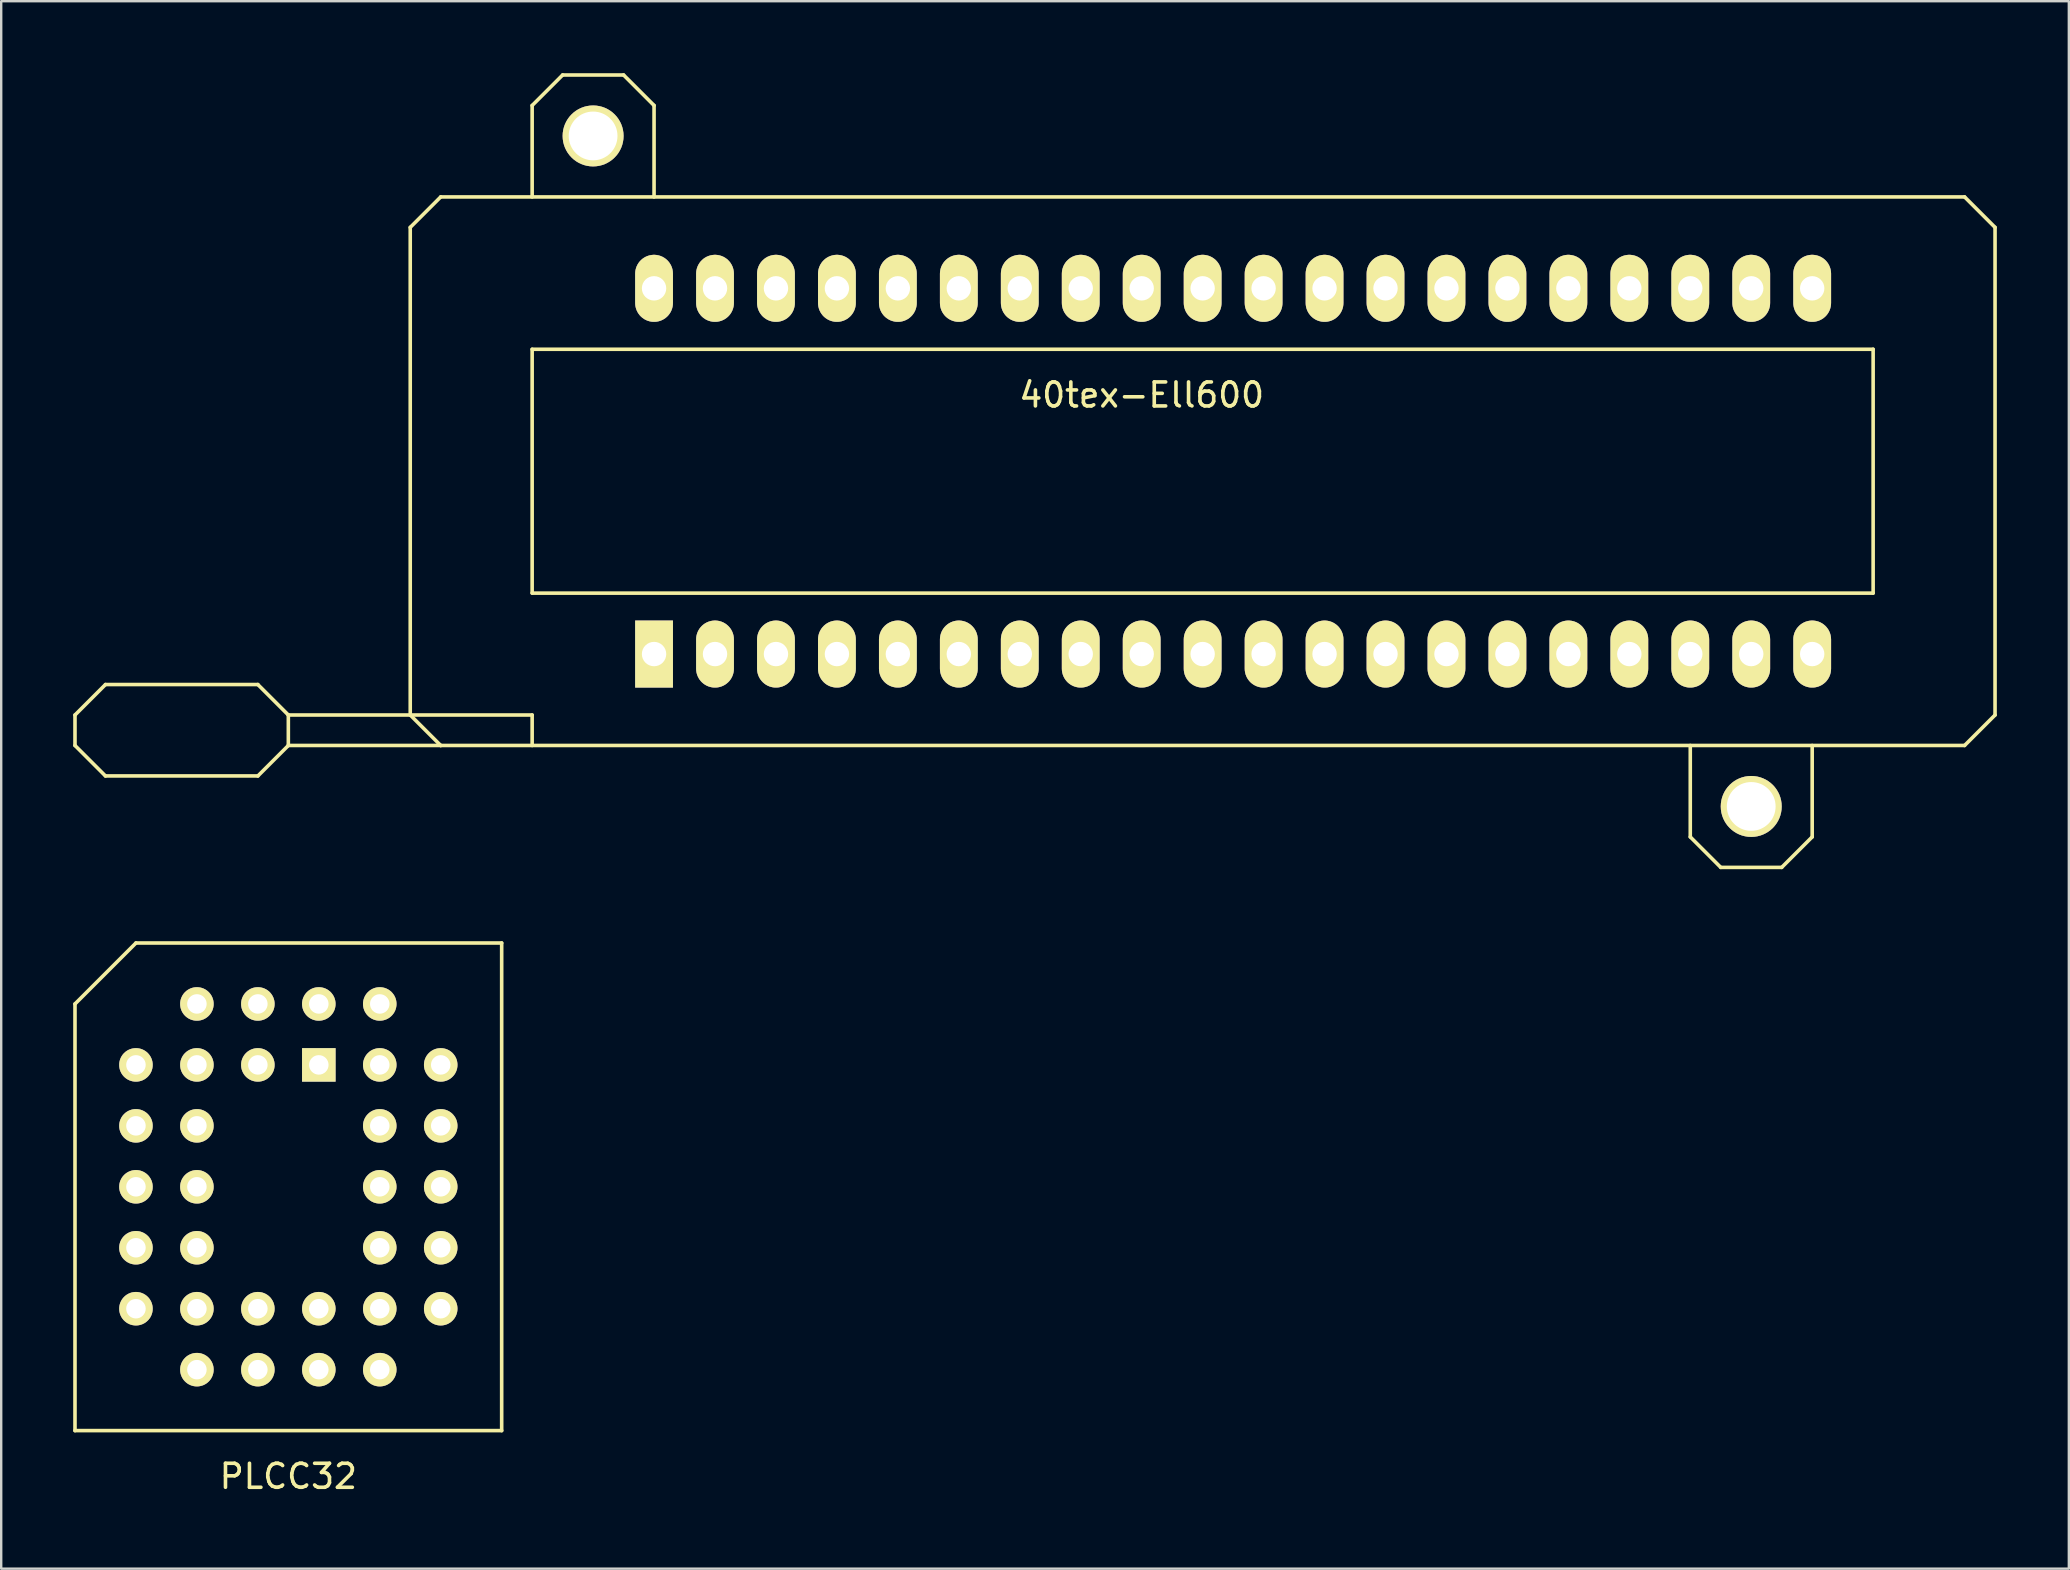
<source format=kicad_pcb>
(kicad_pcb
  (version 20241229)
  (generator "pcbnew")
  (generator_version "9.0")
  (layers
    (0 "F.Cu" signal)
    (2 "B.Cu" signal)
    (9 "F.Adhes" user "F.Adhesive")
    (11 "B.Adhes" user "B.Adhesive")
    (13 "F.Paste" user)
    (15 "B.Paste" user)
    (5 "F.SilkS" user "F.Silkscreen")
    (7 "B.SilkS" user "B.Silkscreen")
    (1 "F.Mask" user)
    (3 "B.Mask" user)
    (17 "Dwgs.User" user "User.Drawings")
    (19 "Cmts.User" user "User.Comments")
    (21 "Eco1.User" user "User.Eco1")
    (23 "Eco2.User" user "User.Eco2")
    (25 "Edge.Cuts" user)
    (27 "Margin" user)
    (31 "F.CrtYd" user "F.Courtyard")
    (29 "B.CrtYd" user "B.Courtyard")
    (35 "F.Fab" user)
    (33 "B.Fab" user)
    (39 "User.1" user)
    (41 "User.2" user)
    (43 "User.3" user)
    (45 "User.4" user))
  (footprint "40tex-Ell600"
    (layer "F.Cu")
    (at 48.335 16.585)
    (property "Reference" "40tex-Ell600" (at -3.81 -3.175 0) (layer "F.SilkS") (effects (font (size 1 1) (thickness 0.15))))
    (attr through_hole)
    (fp_line (start -48.26 10.16) (end -48.26 11.43) (stroke (width 0.15) (type solid)) (layer "F.SilkS"))
    (fp_line (start -48.26 11.43) (end -46.99 12.7) (stroke (width 0.15) (type solid)) (layer "F.SilkS"))
    (fp_line (start -46.99 8.89) (end -48.26 10.16) (stroke (width 0.15) (type solid)) (layer "F.SilkS"))
    (fp_line (start -46.99 12.7) (end -40.64 12.7) (stroke (width 0.15) (type solid)) (layer "F.SilkS"))
    (fp_line (start -40.64 8.89) (end -46.99 8.89) (stroke (width 0.15) (type solid)) (layer "F.SilkS"))
    (fp_line (start -40.64 12.7) (end -39.37 11.43) (stroke (width 0.15) (type solid)) (layer "F.SilkS"))
    (fp_line (start -39.37 10.16) (end -40.64 8.89) (stroke (width 0.15) (type solid)) (layer "F.SilkS"))
    (fp_line (start -39.37 10.16) (end -29.21 10.16) (stroke (width 0.15) (type solid)) (layer "F.SilkS"))
    (fp_line (start -39.37 11.43) (end -39.37 10.16) (stroke (width 0.15) (type solid)) (layer "F.SilkS"))
    (fp_line (start -39.37 11.43) (end -33.02 11.43) (stroke (width 0.15) (type solid)) (layer "F.SilkS"))
    (fp_line (start -34.29 -10.16) (end -33.02 -11.43) (stroke (width 0.15) (type solid)) (layer "F.SilkS"))
    (fp_line (start -34.29 10.16) (end -34.29 -10.16) (stroke (width 0.15) (type solid)) (layer "F.SilkS"))
    (fp_line (start -33.02 -11.43) (end 30.48 -11.43) (stroke (width 0.15) (type solid)) (layer "F.SilkS"))
    (fp_line (start -33.02 11.43) (end -34.29 10.16) (stroke (width 0.15) (type solid)) (layer "F.SilkS"))
    (fp_line (start -29.21 -15.24) (end -29.21 -11.43) (stroke (width 0.15) (type solid)) (layer "F.SilkS"))
    (fp_line (start -29.21 -5.08) (end 26.67 -5.08) (stroke (width 0.15) (type solid)) (layer "F.SilkS"))
    (fp_line (start -29.21 5.08) (end -29.21 -5.08) (stroke (width 0.15) (type solid)) (layer "F.SilkS"))
    (fp_line (start -29.21 10.16) (end -29.21 11.43) (stroke (width 0.15) (type solid)) (layer "F.SilkS"))
    (fp_line (start -27.94 -16.51) (end -29.21 -15.24) (stroke (width 0.15) (type solid)) (layer "F.SilkS"))
    (fp_line (start -25.4 -16.51) (end -27.94 -16.51) (stroke (width 0.15) (type solid)) (layer "F.SilkS"))
    (fp_line (start -24.13 -15.24) (end -25.4 -16.51) (stroke (width 0.15) (type solid)) (layer "F.SilkS"))
    (fp_line (start -24.13 -11.43) (end -24.13 -15.24) (stroke (width 0.15) (type solid)) (layer "F.SilkS"))
    (fp_line (start 19.05 15.24) (end 19.05 11.43) (stroke (width 0.15) (type solid)) (layer "F.SilkS"))
    (fp_line (start 20.32 16.51) (end 19.05 15.24) (stroke (width 0.15) (type solid)) (layer "F.SilkS"))
    (fp_line (start 22.86 16.51) (end 20.32 16.51) (stroke (width 0.15) (type solid)) (layer "F.SilkS"))
    (fp_line (start 24.13 11.43) (end 24.13 15.24) (stroke (width 0.15) (type solid)) (layer "F.SilkS"))
    (fp_line (start 24.13 15.24) (end 22.86 16.51) (stroke (width 0.15) (type solid)) (layer "F.SilkS"))
    (fp_line (start 26.67 -5.08) (end 26.67 5.08) (stroke (width 0.15) (type solid)) (layer "F.SilkS"))
    (fp_line (start 26.67 5.08) (end -29.21 5.08) (stroke (width 0.15) (type solid)) (layer "F.SilkS"))
    (fp_line (start 30.48 -11.43) (end 31.75 -10.16) (stroke (width 0.15) (type solid)) (layer "F.SilkS"))
    (fp_line (start 30.48 11.43) (end -33.02 11.43) (stroke (width 0.15) (type solid)) (layer "F.SilkS"))
    (fp_line (start 31.75 -10.16) (end 31.75 10.16) (stroke (width 0.15) (type solid)) (layer "F.SilkS"))
    (fp_line (start 31.75 10.16) (end 30.48 11.43) (stroke (width 0.15) (type solid)) (layer "F.SilkS"))
    (pad "1" thru_hole rect (at -24.13 7.62) (size 1.575 2.794) (drill 1.016) (layers "*.Cu" "*.Mask" "F.SilkS"))
    (pad "2" thru_hole oval (at -21.59 7.62) (size 1.575 2.794) (drill 1.016) (layers "*.Cu" "*.Mask" "F.SilkS"))
    (pad "3" thru_hole oval (at -19.05 7.62) (size 1.575 2.794) (drill 1.016) (layers "*.Cu" "*.Mask" "F.SilkS"))
    (pad "4" thru_hole oval (at -16.51 7.62) (size 1.575 2.794) (drill 1.016) (layers "*.Cu" "*.Mask" "F.SilkS"))
    (pad "5" thru_hole oval (at -13.97 7.62) (size 1.575 2.794) (drill 1.016) (layers "*.Cu" "*.Mask" "F.SilkS"))
    (pad "6" thru_hole oval (at -11.43 7.62) (size 1.575 2.794) (drill 1.016) (layers "*.Cu" "*.Mask" "F.SilkS"))
    (pad "7" thru_hole oval (at -8.89 7.62) (size 1.575 2.794) (drill 1.016) (layers "*.Cu" "*.Mask" "F.SilkS"))
    (pad "8" thru_hole oval (at -6.35 7.62) (size 1.575 2.794) (drill 1.016) (layers "*.Cu" "*.Mask" "F.SilkS"))
    (pad "9" thru_hole oval (at -3.81 7.62) (size 1.575 2.794) (drill 1.016) (layers "*.Cu" "*.Mask" "F.SilkS"))
    (pad "10" thru_hole oval (at -1.27 7.62) (size 1.575 2.794) (drill 1.016) (layers "*.Cu" "*.Mask" "F.SilkS"))
    (pad "11" thru_hole oval (at 1.27 7.62) (size 1.575 2.794) (drill 1.016) (layers "*.Cu" "*.Mask" "F.SilkS"))
    (pad "12" thru_hole oval (at 3.81 7.62) (size 1.575 2.794) (drill 1.016) (layers "*.Cu" "*.Mask" "F.SilkS"))
    (pad "13" thru_hole oval (at 6.35 7.62) (size 1.575 2.794) (drill 1.016) (layers "*.Cu" "*.Mask" "F.SilkS"))
    (pad "14" thru_hole oval (at 8.89 7.62) (size 1.575 2.794) (drill 1.016) (layers "*.Cu" "*.Mask" "F.SilkS"))
    (pad "15" thru_hole oval (at 11.43 7.62) (size 1.575 2.794) (drill 1.016) (layers "*.Cu" "*.Mask" "F.SilkS"))
    (pad "16" thru_hole oval (at 13.97 7.62) (size 1.575 2.794) (drill 1.016) (layers "*.Cu" "*.Mask" "F.SilkS"))
    (pad "17" thru_hole oval (at 16.51 7.62) (size 1.575 2.794) (drill 1.016) (layers "*.Cu" "*.Mask" "F.SilkS"))
    (pad "18" thru_hole oval (at 19.05 7.62) (size 1.575 2.794) (drill 1.016) (layers "*.Cu" "*.Mask" "F.SilkS"))
    (pad "19" thru_hole oval (at 21.59 7.62) (size 1.575 2.794) (drill 1.016) (layers "*.Cu" "*.Mask" "F.SilkS"))
    (pad "20" thru_hole oval (at 24.13 7.62) (size 1.575 2.794) (drill 1.016) (layers "*.Cu" "*.Mask" "F.SilkS"))
    (pad "21" thru_hole oval (at 24.13 -7.62) (size 1.575 2.794) (drill 1.016) (layers "*.Cu" "*.Mask" "F.SilkS"))
    (pad "22" thru_hole oval (at 21.59 -7.62) (size 1.575 2.794) (drill 1.016) (layers "*.Cu" "*.Mask" "F.SilkS"))
    (pad "23" thru_hole oval (at 19.05 -7.62) (size 1.575 2.794) (drill 1.016) (layers "*.Cu" "*.Mask" "F.SilkS"))
    (pad "24" thru_hole oval (at 16.51 -7.62) (size 1.575 2.794) (drill 1.016) (layers "*.Cu" "*.Mask" "F.SilkS"))
    (pad "25" thru_hole oval (at 13.97 -7.62) (size 1.575 2.794) (drill 1.016) (layers "*.Cu" "*.Mask" "F.SilkS"))
    (pad "26" thru_hole oval (at 11.43 -7.62) (size 1.575 2.794) (drill 1.016) (layers "*.Cu" "*.Mask" "F.SilkS"))
    (pad "27" thru_hole oval (at 8.89 -7.62) (size 1.575 2.794) (drill 1.016) (layers "*.Cu" "*.Mask" "F.SilkS"))
    (pad "28" thru_hole oval (at 6.35 -7.62) (size 1.575 2.794) (drill 1.016) (layers "*.Cu" "*.Mask" "F.SilkS"))
    (pad "29" thru_hole oval (at 3.81 -7.62) (size 1.575 2.794) (drill 1.016) (layers "*.Cu" "*.Mask" "F.SilkS"))
    (pad "30" thru_hole oval (at 1.27 -7.62) (size 1.575 2.794) (drill 1.016) (layers "*.Cu" "*.Mask" "F.SilkS"))
    (pad "31" thru_hole oval (at -1.27 -7.62) (size 1.575 2.794) (drill 1.016) (layers "*.Cu" "*.Mask" "F.SilkS"))
    (pad "32" thru_hole oval (at -3.81 -7.62) (size 1.575 2.794) (drill 1.016) (layers "*.Cu" "*.Mask" "F.SilkS"))
    (pad "33" thru_hole oval (at -6.35 -7.62) (size 1.575 2.794) (drill 1.016) (layers "*.Cu" "*.Mask" "F.SilkS"))
    (pad "34" thru_hole oval (at -8.89 -7.62) (size 1.575 2.794) (drill 1.016) (layers "*.Cu" "*.Mask" "F.SilkS"))
    (pad "35" thru_hole oval (at -11.43 -7.62) (size 1.575 2.794) (drill 1.016) (layers "*.Cu" "*.Mask" "F.SilkS"))
    (pad "36" thru_hole oval (at -13.97 -7.62) (size 1.575 2.794) (drill 1.016) (layers "*.Cu" "*.Mask" "F.SilkS"))
    (pad "37" thru_hole oval (at -16.51 -7.62) (size 1.575 2.794) (drill 1.016) (layers "*.Cu" "*.Mask" "F.SilkS"))
    (pad "38" thru_hole oval (at -19.05 -7.62) (size 1.575 2.794) (drill 1.016) (layers "*.Cu" "*.Mask" "F.SilkS"))
    (pad "39" thru_hole oval (at -21.59 -7.62) (size 1.575 2.794) (drill 1.016) (layers "*.Cu" "*.Mask" "F.SilkS"))
    (pad "40" thru_hole oval (at -24.13 -7.62) (size 1.575 2.794) (drill 1.016) (layers "*.Cu" "*.Mask" "F.SilkS"))
    (pad "HOLE" thru_hole circle (at -26.67 -13.97) (size 2.54 2.54) (drill 2.032) (layers "*.Cu" "*.Mask" "F.SilkS"))
    (pad "HOLE" thru_hole circle (at 21.59 13.97) (size 2.54 2.54) (drill 2.032) (layers "*.Cu" "*.Mask" "F.SilkS")))
  (footprint "PLCC32"
    (layer "F.Cu")
    (at 8.965 46.405)
    (property "Reference" "PLCC32" (at 0 12.065 0) (layer "F.SilkS") (effects (font (size 1 1) (thickness 0.15))))
    (attr through_hole)
    (fp_line (start -8.89 -7.62) (end -8.89 10.16) (stroke (width 0.15) (type solid)) (layer "F.SilkS"))
    (fp_line (start -8.89 10.16) (end 8.89 10.16) (stroke (width 0.15) (type solid)) (layer "F.SilkS"))
    (fp_line (start -6.35 -10.16) (end -8.89 -7.62) (stroke (width 0.15) (type solid)) (layer "F.SilkS"))
    (fp_line (start 8.89 -10.16) (end -6.35 -10.16) (stroke (width 0.15) (type solid)) (layer "F.SilkS"))
    (fp_line (start 8.89 -10.16) (end 8.89 10.16) (stroke (width 0.15) (type solid)) (layer "F.SilkS"))
    (pad "1" thru_hole rect (at 1.27 -5.08) (size 1.397 1.397) (drill 0.813) (layers "*.Cu" "*.Mask" "F.SilkS"))
    (pad "2" thru_hole circle (at -1.27 -7.62) (size 1.397 1.397) (drill 0.813) (layers "*.Cu" "*.Mask" "F.SilkS"))
    (pad "3" thru_hole circle (at -1.27 -5.08) (size 1.397 1.397) (drill 0.813) (layers "*.Cu" "*.Mask" "F.SilkS"))
    (pad "4" thru_hole circle (at -3.81 -7.62) (size 1.397 1.397) (drill 0.813) (layers "*.Cu" "*.Mask" "F.SilkS"))
    (pad "5" thru_hole circle (at -6.35 -5.08) (size 1.397 1.397) (drill 0.813) (layers "*.Cu" "*.Mask" "F.SilkS"))
    (pad "6" thru_hole circle (at -3.81 -5.08) (size 1.397 1.397) (drill 0.813) (layers "*.Cu" "*.Mask" "F.SilkS"))
    (pad "7" thru_hole circle (at -6.35 -2.54) (size 1.397 1.397) (drill 0.813) (layers "*.Cu" "*.Mask" "F.SilkS"))
    (pad "8" thru_hole circle (at -3.81 -2.54) (size 1.397 1.397) (drill 0.813) (layers "*.Cu" "*.Mask" "F.SilkS"))
    (pad "9" thru_hole circle (at -6.35 0) (size 1.397 1.397) (drill 0.813) (layers "*.Cu" "*.Mask" "F.SilkS"))
    (pad "10" thru_hole circle (at -3.81 0) (size 1.397 1.397) (drill 0.813) (layers "*.Cu" "*.Mask" "F.SilkS"))
    (pad "11" thru_hole circle (at -6.35 2.54) (size 1.397 1.397) (drill 0.813) (layers "*.Cu" "*.Mask" "F.SilkS"))
    (pad "12" thru_hole circle (at -3.81 2.54) (size 1.397 1.397) (drill 0.813) (layers "*.Cu" "*.Mask" "F.SilkS"))
    (pad "13" thru_hole circle (at -6.35 5.08) (size 1.397 1.397) (drill 0.813) (layers "*.Cu" "*.Mask" "F.SilkS"))
    (pad "14" thru_hole circle (at -3.81 7.62) (size 1.397 1.397) (drill 0.813) (layers "*.Cu" "*.Mask" "F.SilkS"))
    (pad "15" thru_hole circle (at -3.81 5.08) (size 1.397 1.397) (drill 0.813) (layers "*.Cu" "*.Mask" "F.SilkS"))
    (pad "16" thru_hole circle (at -1.27 7.62) (size 1.397 1.397) (drill 0.813) (layers "*.Cu" "*.Mask" "F.SilkS"))
    (pad "17" thru_hole circle (at -1.27 5.08) (size 1.397 1.397) (drill 0.813) (layers "*.Cu" "*.Mask" "F.SilkS"))
    (pad "18" thru_hole circle (at 1.27 7.62) (size 1.397 1.397) (drill 0.813) (layers "*.Cu" "*.Mask" "F.SilkS"))
    (pad "19" thru_hole circle (at 1.27 5.08) (size 1.397 1.397) (drill 0.813) (layers "*.Cu" "*.Mask" "F.SilkS"))
    (pad "20" thru_hole circle (at 3.81 7.62) (size 1.397 1.397) (drill 0.813) (layers "*.Cu" "*.Mask" "F.SilkS"))
    (pad "21" thru_hole circle (at 6.35 5.08) (size 1.397 1.397) (drill 0.813) (layers "*.Cu" "*.Mask" "F.SilkS"))
    (pad "22" thru_hole circle (at 3.81 5.08) (size 1.397 1.397) (drill 0.813) (layers "*.Cu" "*.Mask" "F.SilkS"))
    (pad "23" thru_hole circle (at 6.35 2.54) (size 1.397 1.397) (drill 0.813) (layers "*.Cu" "*.Mask" "F.SilkS"))
    (pad "24" thru_hole circle (at 3.81 2.54) (size 1.397 1.397) (drill 0.813) (layers "*.Cu" "*.Mask" "F.SilkS"))
    (pad "25" thru_hole circle (at 6.35 0) (size 1.397 1.397) (drill 0.813) (layers "*.Cu" "*.Mask" "F.SilkS"))
    (pad "26" thru_hole circle (at 3.81 0) (size 1.397 1.397) (drill 0.813) (layers "*.Cu" "*.Mask" "F.SilkS"))
    (pad "27" thru_hole circle (at 6.35 -2.54) (size 1.397 1.397) (drill 0.813) (layers "*.Cu" "*.Mask" "F.SilkS"))
    (pad "28" thru_hole circle (at 3.81 -2.54) (size 1.397 1.397) (drill 0.813) (layers "*.Cu" "*.Mask" "F.SilkS"))
    (pad "29" thru_hole circle (at 6.35 -5.08) (size 1.397 1.397) (drill 0.813) (layers "*.Cu" "*.Mask" "F.SilkS"))
    (pad "30" thru_hole circle (at 3.81 -7.62) (size 1.397 1.397) (drill 0.813) (layers "*.Cu" "*.Mask" "F.SilkS"))
    (pad "31" thru_hole circle (at 3.81 -5.08) (size 1.397 1.397) (drill 0.813) (layers "*.Cu" "*.Mask" "F.SilkS"))
    (pad "32" thru_hole circle (at 1.27 -7.62) (size 1.397 1.397) (drill 0.813) (layers "*.Cu" "*.Mask" "F.SilkS")))
  (gr_rect
    (start -3 -3)
    (end 83.16 62.318)
    (stroke (width 0.1) (type default))
    (fill no)
    (layer "Edge.Cuts")))
</source>
